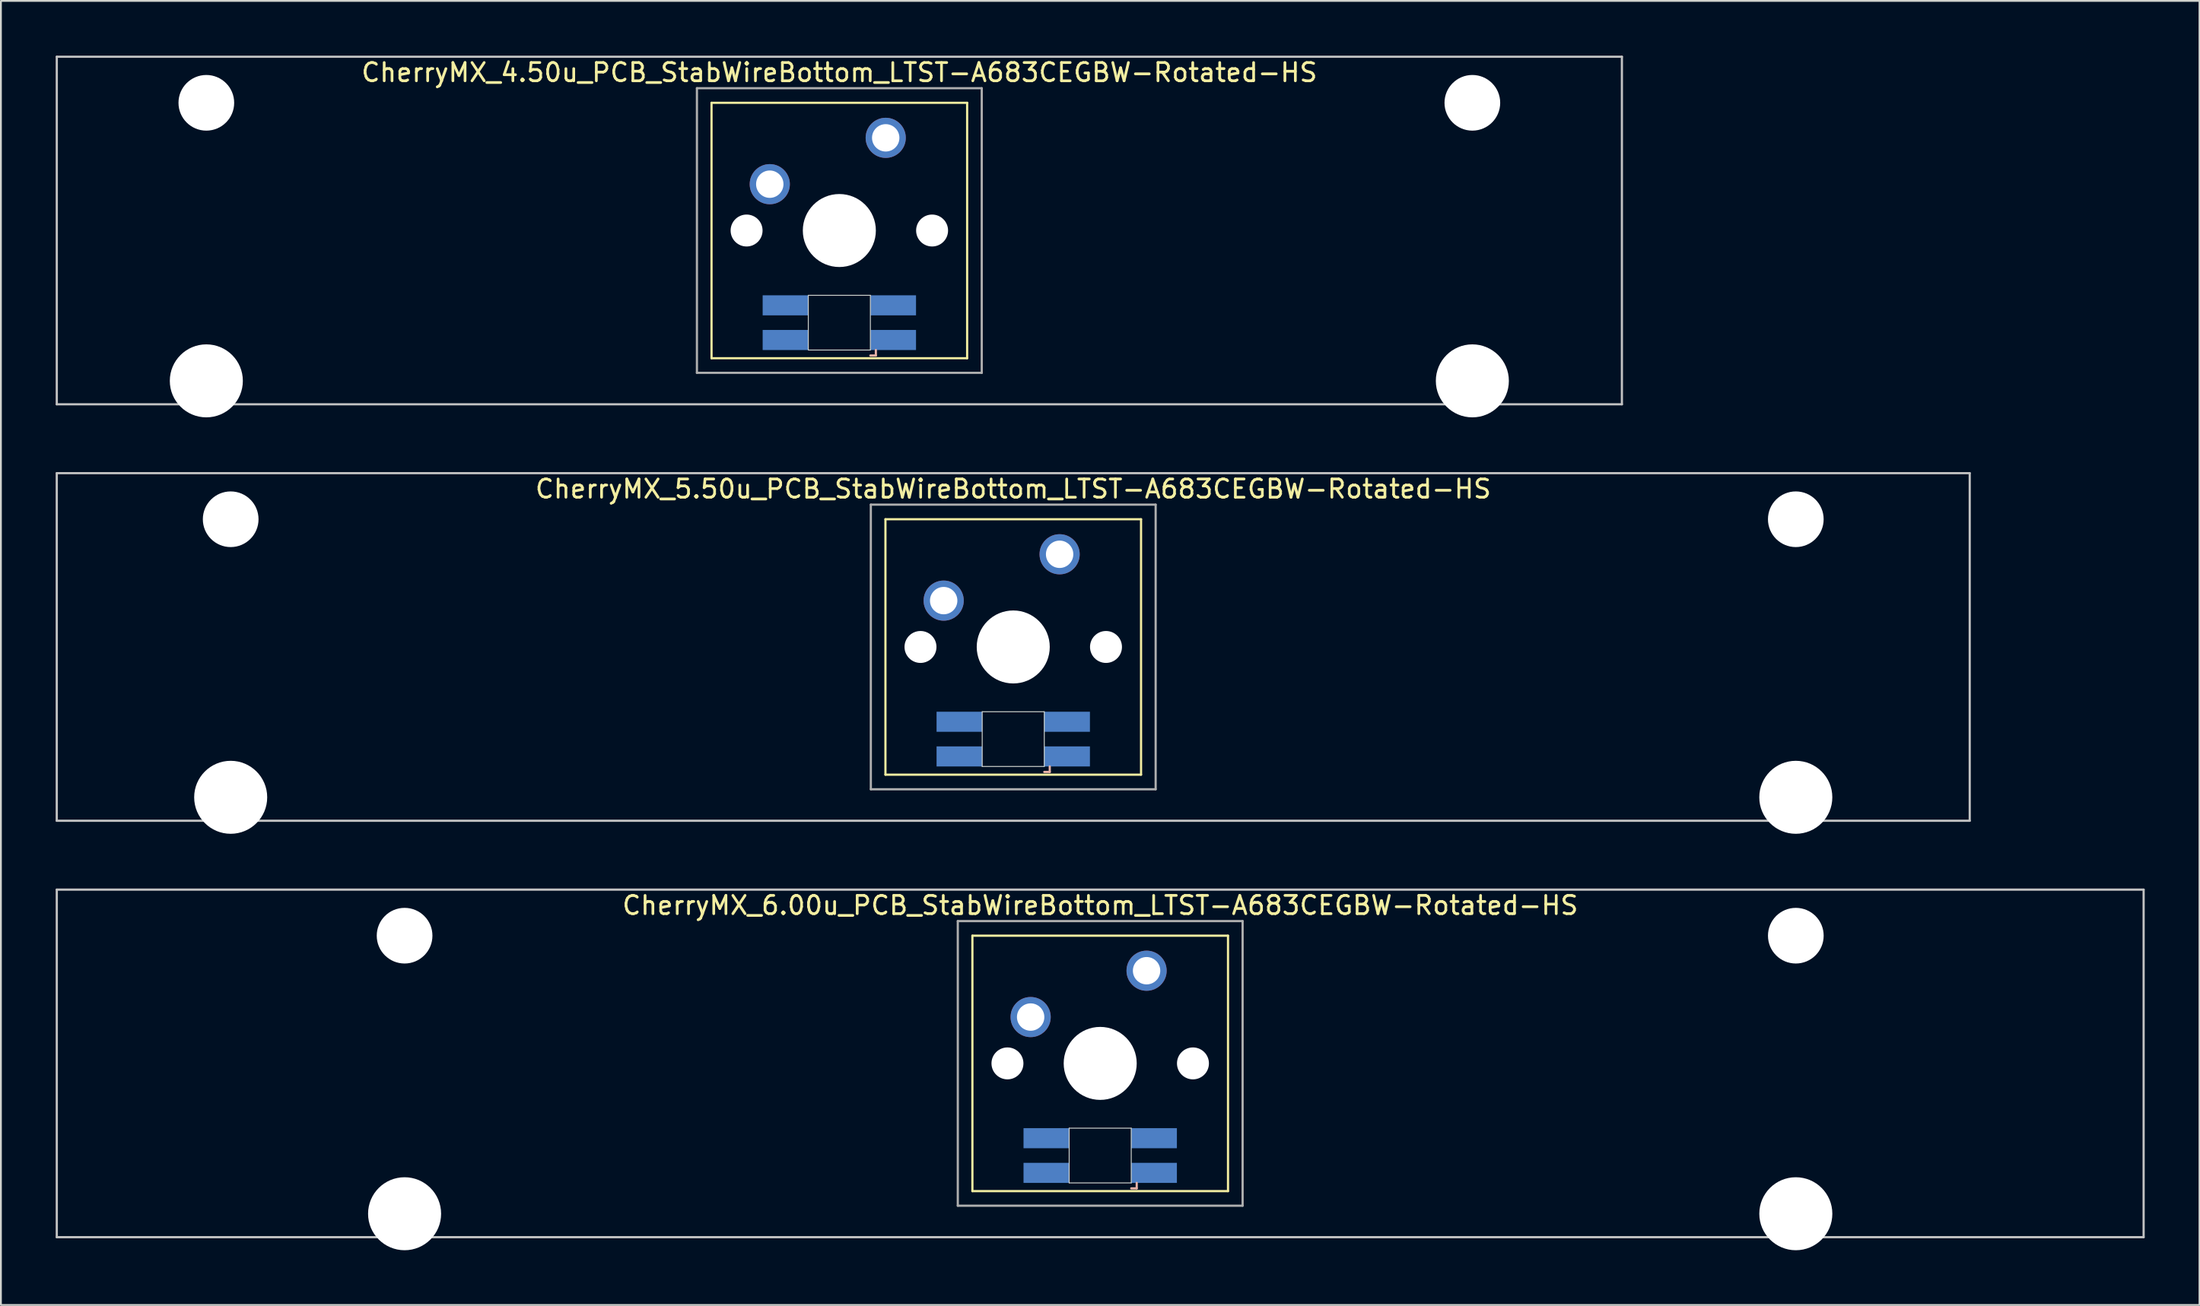
<source format=kicad_pcb>
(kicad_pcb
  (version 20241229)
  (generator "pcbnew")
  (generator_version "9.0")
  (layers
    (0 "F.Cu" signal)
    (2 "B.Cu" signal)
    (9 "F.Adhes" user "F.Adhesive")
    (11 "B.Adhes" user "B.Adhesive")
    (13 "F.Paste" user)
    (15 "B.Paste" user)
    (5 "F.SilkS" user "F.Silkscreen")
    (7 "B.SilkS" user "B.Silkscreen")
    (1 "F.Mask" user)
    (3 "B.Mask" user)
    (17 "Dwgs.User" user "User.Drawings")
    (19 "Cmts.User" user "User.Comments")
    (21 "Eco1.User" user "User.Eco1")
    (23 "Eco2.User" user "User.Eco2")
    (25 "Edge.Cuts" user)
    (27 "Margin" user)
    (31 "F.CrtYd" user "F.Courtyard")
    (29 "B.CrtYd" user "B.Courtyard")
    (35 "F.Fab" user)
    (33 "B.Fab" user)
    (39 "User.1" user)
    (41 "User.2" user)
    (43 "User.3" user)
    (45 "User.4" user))
  (footprint "CherryMX_4.50u_PCB_StabWireBottom_LTST-A683CEGBW-Rotated-HS"
    (layer "F.Cu")
    (at 42.922 9.585)
    (property "Reference" "CherryMX_4.50u_PCB_StabWireBottom_LTST-A683CEGBW-Rotated-HS" (at 0 -8.662 0) (layer "F.SilkS") (effects (font (size 1 1) (thickness 0.15))))
    (attr through_hole)
    (fp_line (start -7 -7) (end -7 7) (stroke (width 0.12) (type solid)) (layer "F.SilkS"))
    (fp_line (start -7 -7) (end 7 -7) (stroke (width 0.12) (type solid)) (layer "F.SilkS"))
    (fp_line (start 7 -7) (end 7 7) (stroke (width 0.12) (type solid)) (layer "F.SilkS"))
    (fp_line (start 7 7) (end -7 7) (stroke (width 0.12) (type solid)) (layer "F.SilkS"))
    (fp_line (start 1.7 6.85) (end 2 6.85) (stroke (width 0.12) (type solid)) (layer "B.SilkS"))
    (fp_line (start 2 6.85) (end 2 6.55) (stroke (width 0.12) (type solid)) (layer "B.SilkS"))
    (fp_line (start -42.862 -9.525) (end 42.862 -9.525) (stroke (width 0.12) (type solid)) (layer "Dwgs.User"))
    (fp_line (start -42.862 9.525) (end -42.862 -9.525) (stroke (width 0.12) (type solid)) (layer "Dwgs.User"))
    (fp_line (start 42.862 -9.525) (end 42.862 9.525) (stroke (width 0.12) (type solid)) (layer "Dwgs.User"))
    (fp_line (start 42.862 9.525) (end -42.862 9.525) (stroke (width 0.12) (type solid)) (layer "Dwgs.User"))
    (fp_line (start -1.7 3.55) (end 1.7 3.55) (stroke (width 0.05) (type solid)) (layer "Edge.Cuts"))
    (fp_line (start -1.7 6.55) (end -1.7 3.55) (stroke (width 0.05) (type solid)) (layer "Edge.Cuts"))
    (fp_line (start 1.7 3.55) (end 1.7 6.55) (stroke (width 0.05) (type solid)) (layer "Edge.Cuts"))
    (fp_line (start 1.7 6.55) (end -1.7 6.55) (stroke (width 0.05) (type solid)) (layer "Edge.Cuts"))
    (fp_line (start -7.8 -7.8) (end -7.8 7.8) (stroke (width 0.12) (type solid)) (layer "F.Fab"))
    (fp_line (start -7.8 -7.8) (end 7.8 -7.8) (stroke (width 0.12) (type solid)) (layer "F.Fab"))
    (fp_line (start -7.8 7.8) (end 7.8 7.8) (stroke (width 0.12) (type solid)) (layer "F.Fab"))
    (fp_line (start 7.8 -7.8) (end 7.8 7.8) (stroke (width 0.12) (type solid)) (layer "F.Fab"))
    (pad "" np_thru_hole circle (at -34.671 -7) (size 3.05 3.05) (drill 3.05) (layers "*.Cu" "*.Mask"))
    (pad "" np_thru_hole circle (at -34.671 8.24) (size 4 4) (drill 4) (layers "*.Cu" "*.Mask"))
    (pad "" np_thru_hole circle (at -5.08 0) (size 1.75 1.75) (drill 1.75) (layers "*.Cu" "*.Mask"))
    (pad "" np_thru_hole circle (at 0 0) (size 4 4) (drill 4) (layers "*.Cu" "*.Mask"))
    (pad "" np_thru_hole circle (at 5.08 0) (size 1.75 1.75) (drill 1.75) (layers "*.Cu" "*.Mask"))
    (pad "" np_thru_hole circle (at 34.671 -7) (size 3.05 3.05) (drill 3.05) (layers "*.Cu" "*.Mask"))
    (pad "" np_thru_hole circle (at 34.671 8.24) (size 4 4) (drill 4) (layers "*.Cu" "*.Mask"))
    (pad "1" thru_hole circle (at -3.81 -2.54) (size 2.2 2.2) (drill 1.5) (layers "*.Cu" "*.Mask"))
    (pad "2" thru_hole circle (at 2.54 -5.08) (size 2.2 2.2) (drill 1.5) (layers "*.Cu" "*.Mask"))
    (pad "3" smd rect (at 2.95 6) (size 2.5 1.1) (layers "B.Cu" "B.Mask" "B.Paste"))
    (pad "4" smd rect (at 2.95 4.1) (size 2.5 1.1) (layers "B.Cu" "B.Mask" "B.Paste"))
    (pad "5" smd rect (at -2.95 6) (size 2.5 1.1) (layers "B.Cu" "B.Mask" "B.Paste"))
    (pad "6" smd rect (at -2.95 4.1) (size 2.5 1.1) (layers "B.Cu" "B.Mask" "B.Paste")))
  (footprint "CherryMX_6.00u_PCB_StabWireBottom_LTST-A683CEGBW-Rotated-HS"
    (layer "F.Cu")
    (at 57.21 55.235)
    (property "Reference" "CherryMX_6.00u_PCB_StabWireBottom_LTST-A683CEGBW-Rotated-HS" (at 0 -8.662 0) (layer "F.SilkS") (effects (font (size 1 1) (thickness 0.15))))
    (attr through_hole)
    (fp_line (start -7 -7) (end -7 7) (stroke (width 0.12) (type solid)) (layer "F.SilkS"))
    (fp_line (start -7 -7) (end 7 -7) (stroke (width 0.12) (type solid)) (layer "F.SilkS"))
    (fp_line (start 7 -7) (end 7 7) (stroke (width 0.12) (type solid)) (layer "F.SilkS"))
    (fp_line (start 7 7) (end -7 7) (stroke (width 0.12) (type solid)) (layer "F.SilkS"))
    (fp_line (start 1.7 6.85) (end 2 6.85) (stroke (width 0.12) (type solid)) (layer "B.SilkS"))
    (fp_line (start 2 6.85) (end 2 6.55) (stroke (width 0.12) (type solid)) (layer "B.SilkS"))
    (fp_line (start -57.15 -9.525) (end 57.15 -9.525) (stroke (width 0.12) (type solid)) (layer "Dwgs.User"))
    (fp_line (start -57.15 9.525) (end -57.15 -9.525) (stroke (width 0.12) (type solid)) (layer "Dwgs.User"))
    (fp_line (start 57.15 -9.525) (end 57.15 9.525) (stroke (width 0.12) (type solid)) (layer "Dwgs.User"))
    (fp_line (start 57.15 9.525) (end -57.15 9.525) (stroke (width 0.12) (type solid)) (layer "Dwgs.User"))
    (fp_line (start -1.7 3.55) (end 1.7 3.55) (stroke (width 0.05) (type solid)) (layer "Edge.Cuts"))
    (fp_line (start -1.7 6.55) (end -1.7 3.55) (stroke (width 0.05) (type solid)) (layer "Edge.Cuts"))
    (fp_line (start 1.7 3.55) (end 1.7 6.55) (stroke (width 0.05) (type solid)) (layer "Edge.Cuts"))
    (fp_line (start 1.7 6.55) (end -1.7 6.55) (stroke (width 0.05) (type solid)) (layer "Edge.Cuts"))
    (fp_line (start -7.8 -7.8) (end -7.8 7.8) (stroke (width 0.12) (type solid)) (layer "F.Fab"))
    (fp_line (start -7.8 -7.8) (end 7.8 -7.8) (stroke (width 0.12) (type solid)) (layer "F.Fab"))
    (fp_line (start -7.8 7.8) (end 7.8 7.8) (stroke (width 0.12) (type solid)) (layer "F.Fab"))
    (fp_line (start 7.8 -7.8) (end 7.8 7.8) (stroke (width 0.12) (type solid)) (layer "F.Fab"))
    (pad "" np_thru_hole circle (at -38.1 -7) (size 3.05 3.05) (drill 3.05) (layers "*.Cu" "*.Mask"))
    (pad "" np_thru_hole circle (at -38.1 8.24) (size 4 4) (drill 4) (layers "*.Cu" "*.Mask"))
    (pad "" np_thru_hole circle (at -5.08 0) (size 1.75 1.75) (drill 1.75) (layers "*.Cu" "*.Mask"))
    (pad "" np_thru_hole circle (at 0 0) (size 4 4) (drill 4) (layers "*.Cu" "*.Mask"))
    (pad "" np_thru_hole circle (at 5.08 0) (size 1.75 1.75) (drill 1.75) (layers "*.Cu" "*.Mask"))
    (pad "" np_thru_hole circle (at 38.1 -7) (size 3.05 3.05) (drill 3.05) (layers "*.Cu" "*.Mask"))
    (pad "" np_thru_hole circle (at 38.1 8.24) (size 4 4) (drill 4) (layers "*.Cu" "*.Mask"))
    (pad "1" thru_hole circle (at -3.81 -2.54) (size 2.2 2.2) (drill 1.5) (layers "*.Cu" "*.Mask"))
    (pad "2" thru_hole circle (at 2.54 -5.08) (size 2.2 2.2) (drill 1.5) (layers "*.Cu" "*.Mask"))
    (pad "3" smd rect (at 2.95 6) (size 2.5 1.1) (layers "B.Cu" "B.Mask" "B.Paste"))
    (pad "4" smd rect (at 2.95 4.1) (size 2.5 1.1) (layers "B.Cu" "B.Mask" "B.Paste"))
    (pad "5" smd rect (at -2.95 6) (size 2.5 1.1) (layers "B.Cu" "B.Mask" "B.Paste"))
    (pad "6" smd rect (at -2.95 4.1) (size 2.5 1.1) (layers "B.Cu" "B.Mask" "B.Paste")))
  (footprint "CherryMX_5.50u_PCB_StabWireBottom_LTST-A683CEGBW-Rotated-HS"
    (layer "F.Cu")
    (at 52.447 32.41)
    (property "Reference" "CherryMX_5.50u_PCB_StabWireBottom_LTST-A683CEGBW-Rotated-HS" (at 0 -8.662 0) (layer "F.SilkS") (effects (font (size 1 1) (thickness 0.15))))
    (attr through_hole)
    (fp_line (start -7 -7) (end -7 7) (stroke (width 0.12) (type solid)) (layer "F.SilkS"))
    (fp_line (start -7 -7) (end 7 -7) (stroke (width 0.12) (type solid)) (layer "F.SilkS"))
    (fp_line (start 7 -7) (end 7 7) (stroke (width 0.12) (type solid)) (layer "F.SilkS"))
    (fp_line (start 7 7) (end -7 7) (stroke (width 0.12) (type solid)) (layer "F.SilkS"))
    (fp_line (start 1.7 6.85) (end 2 6.85) (stroke (width 0.12) (type solid)) (layer "B.SilkS"))
    (fp_line (start 2 6.85) (end 2 6.55) (stroke (width 0.12) (type solid)) (layer "B.SilkS"))
    (fp_line (start -52.388 -9.525) (end 52.388 -9.525) (stroke (width 0.12) (type solid)) (layer "Dwgs.User"))
    (fp_line (start -52.388 9.525) (end -52.388 -9.525) (stroke (width 0.12) (type solid)) (layer "Dwgs.User"))
    (fp_line (start 52.388 -9.525) (end 52.388 9.525) (stroke (width 0.12) (type solid)) (layer "Dwgs.User"))
    (fp_line (start 52.388 9.525) (end -52.388 9.525) (stroke (width 0.12) (type solid)) (layer "Dwgs.User"))
    (fp_line (start -1.7 3.55) (end 1.7 3.55) (stroke (width 0.05) (type solid)) (layer "Edge.Cuts"))
    (fp_line (start -1.7 6.55) (end -1.7 3.55) (stroke (width 0.05) (type solid)) (layer "Edge.Cuts"))
    (fp_line (start 1.7 3.55) (end 1.7 6.55) (stroke (width 0.05) (type solid)) (layer "Edge.Cuts"))
    (fp_line (start 1.7 6.55) (end -1.7 6.55) (stroke (width 0.05) (type solid)) (layer "Edge.Cuts"))
    (fp_line (start -7.8 -7.8) (end -7.8 7.8) (stroke (width 0.12) (type solid)) (layer "F.Fab"))
    (fp_line (start -7.8 -7.8) (end 7.8 -7.8) (stroke (width 0.12) (type solid)) (layer "F.Fab"))
    (fp_line (start -7.8 7.8) (end 7.8 7.8) (stroke (width 0.12) (type solid)) (layer "F.Fab"))
    (fp_line (start 7.8 -7.8) (end 7.8 7.8) (stroke (width 0.12) (type solid)) (layer "F.Fab"))
    (pad "" np_thru_hole circle (at -42.862 -7) (size 3.05 3.05) (drill 3.05) (layers "*.Cu" "*.Mask"))
    (pad "" np_thru_hole circle (at -42.862 8.24) (size 4 4) (drill 4) (layers "*.Cu" "*.Mask"))
    (pad "" np_thru_hole circle (at -5.08 0) (size 1.75 1.75) (drill 1.75) (layers "*.Cu" "*.Mask"))
    (pad "" np_thru_hole circle (at 0 0) (size 4 4) (drill 4) (layers "*.Cu" "*.Mask"))
    (pad "" np_thru_hole circle (at 5.08 0) (size 1.75 1.75) (drill 1.75) (layers "*.Cu" "*.Mask"))
    (pad "" np_thru_hole circle (at 42.862 -7) (size 3.05 3.05) (drill 3.05) (layers "*.Cu" "*.Mask"))
    (pad "" np_thru_hole circle (at 42.862 8.24) (size 4 4) (drill 4) (layers "*.Cu" "*.Mask"))
    (pad "1" thru_hole circle (at -3.81 -2.54) (size 2.2 2.2) (drill 1.5) (layers "*.Cu" "*.Mask"))
    (pad "2" thru_hole circle (at 2.54 -5.08) (size 2.2 2.2) (drill 1.5) (layers "*.Cu" "*.Mask"))
    (pad "3" smd rect (at 2.95 6) (size 2.5 1.1) (layers "B.Cu" "B.Mask" "B.Paste"))
    (pad "4" smd rect (at 2.95 4.1) (size 2.5 1.1) (layers "B.Cu" "B.Mask" "B.Paste"))
    (pad "5" smd rect (at -2.95 6) (size 2.5 1.1) (layers "B.Cu" "B.Mask" "B.Paste"))
    (pad "6" smd rect (at -2.95 4.1) (size 2.5 1.1) (layers "B.Cu" "B.Mask" "B.Paste")))
  (gr_rect
    (start -3 -3)
    (end 117.42 68.475)
    (stroke (width 0.1) (type default))
    (fill no)
    (layer "Edge.Cuts")))
</source>
